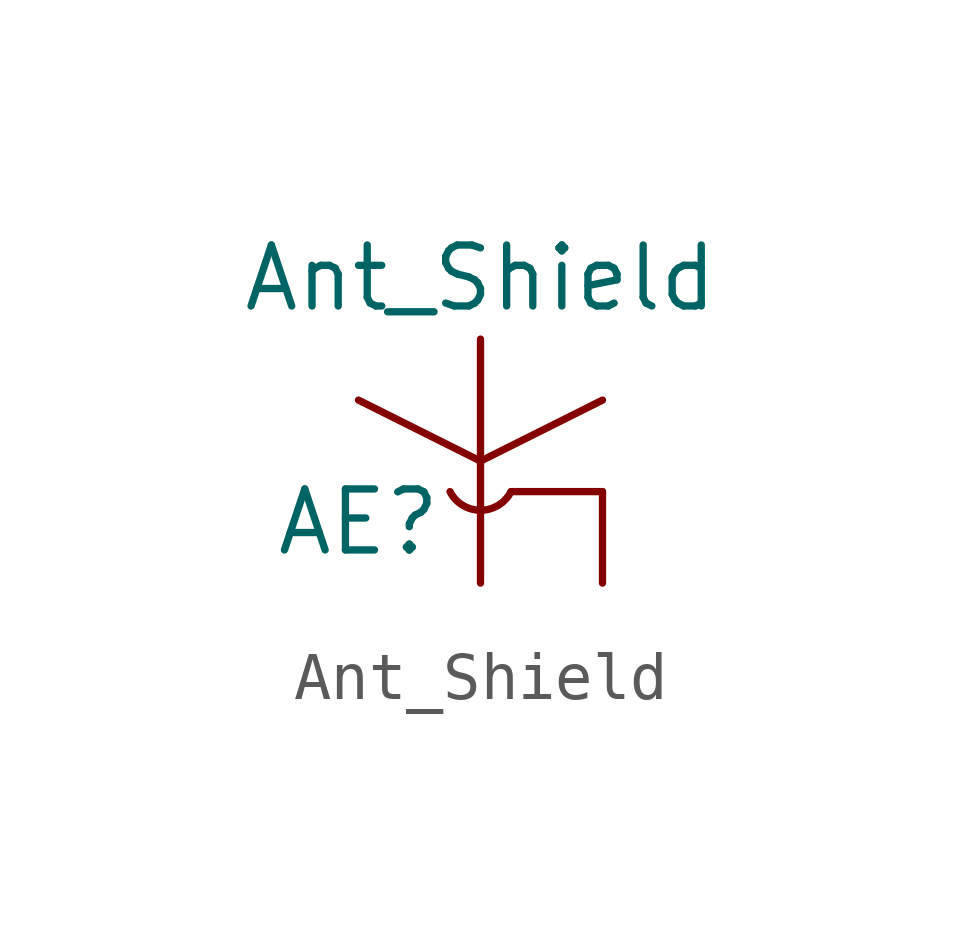
<source format=kicad_sym>
(kicad_symbol_lib
  (version 20220914)
  (generator kicad_symbol_editor)
  (symbol "Ant_Shield"
    (pin_numbers hide)
    (pin_names hide)
    (property "Reference" "AE"
      (at -2.54 1.27 0)
      (effects (font (size 1.27 1.27))))
    (property "Value" "Ant_Shield"
      (at 0 6.35 0)
      (effects (font (size 1.27 1.27))))
    (symbol "Ant_Shield_0_1"
      (arc (start -0.635 1.905) (mid 0 1.5167) (end 0.635 1.905) (stroke (width 0) (type default)) (fill (type none)))
      (polyline (pts (xy 0 5.08) (xy 0 2.54)) (stroke (width 0) (type default)) (fill (type none)))
      (polyline (pts (xy 0.635 1.905) (xy 2.54 1.905)) (stroke (width 0) (type default)) (fill (type none)))
      (polyline (pts (xy -2.54 3.81) (xy 0 2.54) (xy 2.54 3.81)) (stroke (width 0) (type default)) (fill (type none))))
    (symbol "Ant_Shield_1_1"
      (pin output line (at 0 0 90) (length 2.54) (name "SIG" (effects (font (size 1.27 1.27)))) (number "1" (effects (font (size 1.27 1.27)))))
      (pin power_in line (at 2.54 0 90) (length 1.905) (name "GND" (effects (font (size 1.27 1.27)))) (number "2" (effects (font (size 1.27 1.27))))))))
</source>
